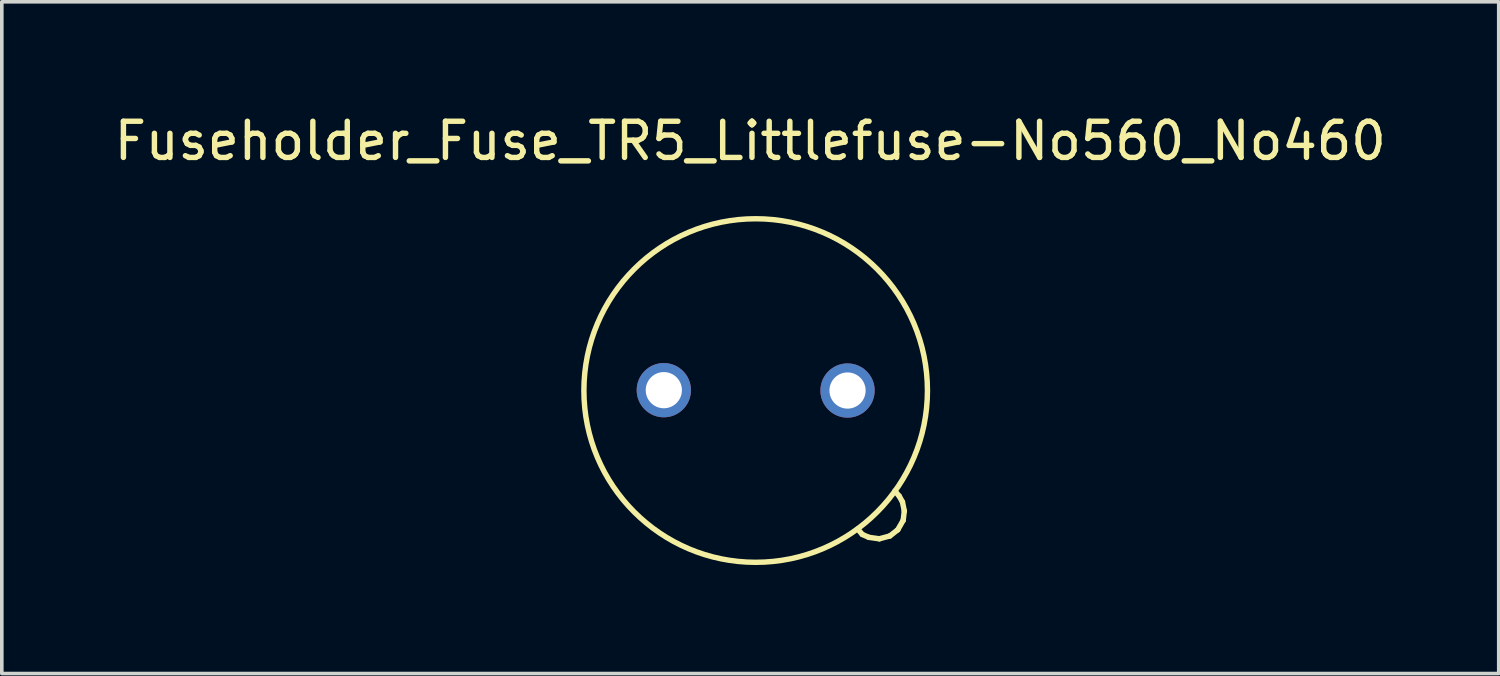
<source format=kicad_pcb>
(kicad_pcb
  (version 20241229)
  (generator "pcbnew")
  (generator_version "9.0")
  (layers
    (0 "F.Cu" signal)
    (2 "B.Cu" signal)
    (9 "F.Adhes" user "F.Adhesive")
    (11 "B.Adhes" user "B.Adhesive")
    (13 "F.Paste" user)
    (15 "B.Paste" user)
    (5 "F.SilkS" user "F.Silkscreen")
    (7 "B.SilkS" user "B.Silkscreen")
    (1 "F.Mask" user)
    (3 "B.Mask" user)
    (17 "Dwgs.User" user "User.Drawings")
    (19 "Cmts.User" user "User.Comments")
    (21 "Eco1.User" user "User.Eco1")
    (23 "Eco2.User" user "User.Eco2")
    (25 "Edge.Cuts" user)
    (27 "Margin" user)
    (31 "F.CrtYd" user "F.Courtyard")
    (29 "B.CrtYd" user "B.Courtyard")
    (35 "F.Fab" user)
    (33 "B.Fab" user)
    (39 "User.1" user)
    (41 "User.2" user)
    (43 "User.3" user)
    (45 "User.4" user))
  (footprint "Fuseholder_Fuse_TR5_Littlefuse-No560_No460"
    (layer "F.Cu")
    (at 17.846 7.739)
    (property "Reference" "Fuseholder_Fuse_TR5_Littlefuse-No560_No460" (at -0.15 -6.891 0) (layer "F.SilkS") (effects (font (size 1 1) (thickness 0.15))))
    (attr through_hole)
    (fp_line (start 2.949 3.99) (end 2.819 3.84) (stroke (width 0.15) (type solid)) (layer "F.SilkS"))
    (fp_line (start 3.129 4.069) (end 2.949 3.99) (stroke (width 0.15) (type solid)) (layer "F.SilkS"))
    (fp_line (start 3.419 4.11) (end 3.129 4.069) (stroke (width 0.15) (type solid)) (layer "F.SilkS"))
    (fp_line (start 3.711 4.031) (end 3.419 4.11) (stroke (width 0.15) (type solid)) (layer "F.SilkS"))
    (fp_line (start 3.851 2.789) (end 3.97 2.931) (stroke (width 0.15) (type solid)) (layer "F.SilkS"))
    (fp_line (start 3.929 3.861) (end 3.711 4.031) (stroke (width 0.15) (type solid)) (layer "F.SilkS"))
    (fp_line (start 3.97 2.931) (end 4.059 3.091) (stroke (width 0.15) (type solid)) (layer "F.SilkS"))
    (fp_line (start 4.059 3.091) (end 4.11 3.34) (stroke (width 0.15) (type solid)) (layer "F.SilkS"))
    (fp_line (start 4.079 3.599) (end 3.929 3.861) (stroke (width 0.15) (type solid)) (layer "F.SilkS"))
    (fp_line (start 4.11 3.34) (end 4.079 3.599) (stroke (width 0.15) (type solid)) (layer "F.SilkS"))
    (fp_circle (center 0 0.01) (end 4.75 0.01) (stroke (width 0.15) (type solid)) (fill no) (layer "F.SilkS"))
    (pad "1" thru_hole circle (at -2.54 0) (size 1.501 1.501) (drill 1.001) (layers "*.Cu" "*.Mask"))
    (pad "2" thru_hole circle (at 2.54 0.01) (size 1.501 1.501) (drill 1.001) (layers "*.Cu" "*.Mask")))
  (gr_rect
    (start -3 -3)
    (end 38.393 15.574)
    (stroke (width 0.1) (type default))
    (fill no)
    (layer "Edge.Cuts")))
</source>
